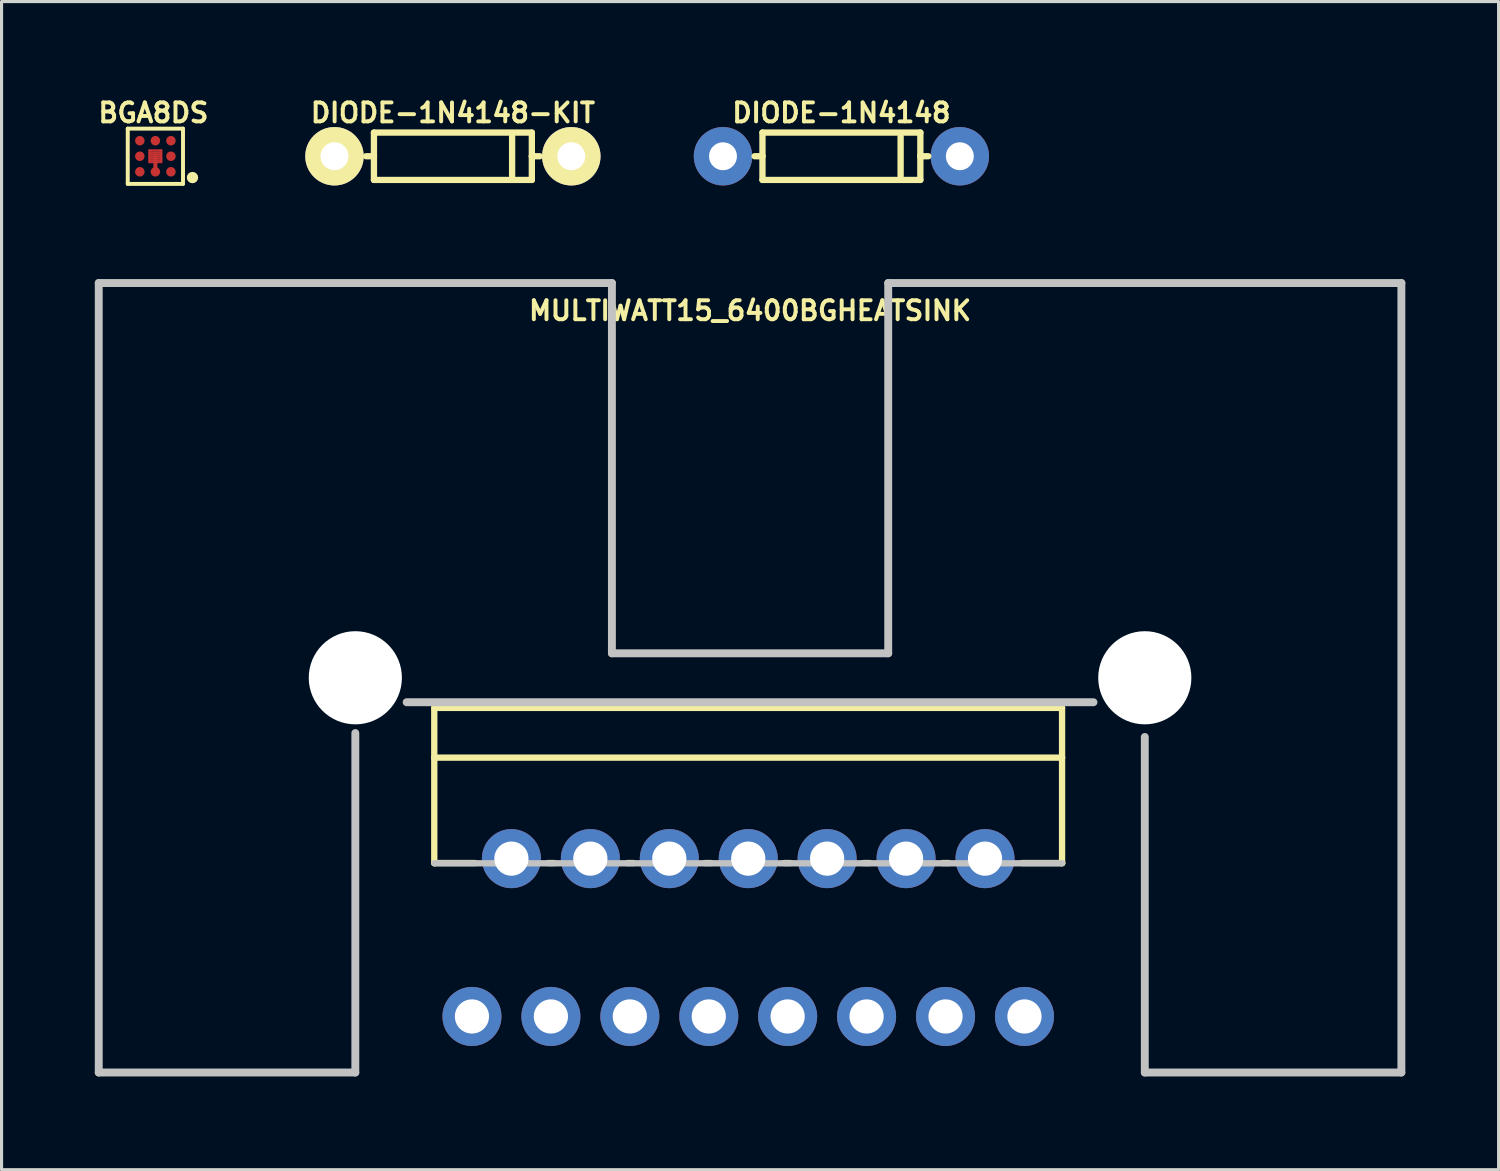
<source format=kicad_pcb>
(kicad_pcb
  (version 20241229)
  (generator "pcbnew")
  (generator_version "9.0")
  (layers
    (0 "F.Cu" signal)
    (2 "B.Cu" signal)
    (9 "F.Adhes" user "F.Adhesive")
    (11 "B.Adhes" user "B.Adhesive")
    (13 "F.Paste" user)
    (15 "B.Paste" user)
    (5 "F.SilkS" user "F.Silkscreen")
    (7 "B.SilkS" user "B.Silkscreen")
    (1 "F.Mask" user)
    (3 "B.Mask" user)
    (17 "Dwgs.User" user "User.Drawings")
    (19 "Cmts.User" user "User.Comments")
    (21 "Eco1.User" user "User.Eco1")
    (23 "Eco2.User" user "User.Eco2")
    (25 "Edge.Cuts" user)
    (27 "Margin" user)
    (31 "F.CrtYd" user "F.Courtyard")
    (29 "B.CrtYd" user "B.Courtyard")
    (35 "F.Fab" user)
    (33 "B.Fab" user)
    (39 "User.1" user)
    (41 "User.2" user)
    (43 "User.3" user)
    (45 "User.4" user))
  (footprint "DIODE-1N4148-KIT"
    (layer "F.Cu")
    (at 11.521 1.977)
    (property "Reference" "DIODE-1N4148-KIT" (at 0 -1.397 0) (layer "F.SilkS") (effects (font (size 0.61 0.61) (thickness 0.127))))
    (attr exclude_from_pos_files exclude_from_bom)
    (fp_line (start -2.54 -0.762) (end 2.54 -0.762) (stroke (width 0.203) (type solid)) (layer "F.SilkS"))
    (fp_line (start -2.54 0) (end -2.794 0) (stroke (width 0.203) (type solid)) (layer "F.SilkS"))
    (fp_line (start -2.54 0) (end -2.54 -0.762) (stroke (width 0.203) (type solid)) (layer "F.SilkS"))
    (fp_line (start -2.54 0.762) (end -2.54 0) (stroke (width 0.203) (type solid)) (layer "F.SilkS"))
    (fp_line (start 1.905 -0.635) (end 1.905 0.635) (stroke (width 0.203) (type solid)) (layer "F.SilkS"))
    (fp_line (start 2.54 -0.762) (end 2.54 0) (stroke (width 0.203) (type solid)) (layer "F.SilkS"))
    (fp_line (start 2.54 0) (end 2.54 0.762) (stroke (width 0.203) (type solid)) (layer "F.SilkS"))
    (fp_line (start 2.54 0) (end 2.794 0) (stroke (width 0.203) (type solid)) (layer "F.SilkS"))
    (fp_line (start 2.54 0.762) (end -2.54 0.762) (stroke (width 0.203) (type solid)) (layer "F.SilkS"))
    (fp_circle (center -3.81 0) (end -3.81 -0.94) (stroke (width 0) (type solid)) (fill yes) (layer "F.SilkS"))
    (fp_circle (center -3.81 0) (end -3.81 -0.457) (stroke (width 0) (type solid)) (fill yes) (layer "F.SilkS"))
    (fp_circle (center -3.81 0) (end -3.81 -0.457) (stroke (width 0) (type solid)) (fill yes) (layer "F.SilkS"))
    (fp_circle (center 3.81 0) (end 3.81 -0.94) (stroke (width 0) (type solid)) (fill yes) (layer "F.SilkS"))
    (fp_circle (center 3.81 0) (end 3.81 -0.457) (stroke (width 0) (type solid)) (fill yes) (layer "F.SilkS"))
    (pad "A" thru_hole circle (at -3.81 0) (size 1.88 1.88) (drill 0.899) (layers "*.Cu" "*.Mask"))
    (pad "C" thru_hole circle (at 3.81 0) (size 1.88 1.88) (drill 0.899) (layers "*.Cu" "*.Mask")))
  (footprint "BGA8DS"
    (layer "F.Cu")
    (at 1.949 1.977)
    (property "Reference" "BGA8DS" (at -0.064 -1.397 0) (layer "F.SilkS") (effects (font (size 0.61 0.61) (thickness 0.127))))
    (attr smd)
    (fp_line (start -0.191 -0.191) (end 0.191 -0.191) (stroke (width 0.066) (type solid)) (layer "F.Cu"))
    (fp_line (start -0.191 -0.127) (end 0.191 -0.127) (stroke (width 0.066) (type solid)) (layer "F.Cu"))
    (fp_line (start -0.191 -0.064) (end 0.191 -0.064) (stroke (width 0.066) (type solid)) (layer "F.Cu"))
    (fp_line (start -0.191 0) (end 0.191 0) (stroke (width 0.066) (type solid)) (layer "F.Cu"))
    (fp_line (start -0.191 0.064) (end 0.191 0.064) (stroke (width 0.066) (type solid)) (layer "F.Cu"))
    (fp_line (start -0.191 0.127) (end 0.191 0.127) (stroke (width 0.066) (type solid)) (layer "F.Cu"))
    (fp_line (start -0.191 0.191) (end -0.191 -0.191) (stroke (width 0.066) (type solid)) (layer "F.Cu"))
    (fp_line (start -0.191 0.191) (end 0.191 0.191) (stroke (width 0.066) (type solid)) (layer "F.Cu"))
    (fp_line (start 0 0) (end 0 0.5) (stroke (width 0.127) (type solid)) (layer "F.Cu"))
    (fp_line (start 0.191 0.191) (end 0.191 -0.191) (stroke (width 0.066) (type solid)) (layer "F.Cu"))
    (fp_line (start -0.889 -0.889) (end 0.889 -0.889) (stroke (width 0.127) (type solid)) (layer "F.SilkS"))
    (fp_line (start -0.889 0.889) (end -0.889 -0.889) (stroke (width 0.127) (type solid)) (layer "F.SilkS"))
    (fp_line (start 0.889 -0.889) (end 0.889 0.889) (stroke (width 0.127) (type solid)) (layer "F.SilkS"))
    (fp_line (start 0.889 0.889) (end -0.889 0.889) (stroke (width 0.127) (type solid)) (layer "F.SilkS"))
    (fp_circle (center 1.194 0.686) (end 1.194 0.592) (stroke (width 0.178) (type solid)) (fill no) (layer "F.SilkS"))
    (pad "A1" smd circle (at 0.5 0.5) (size 0.305 0.305) (layers "F.Cu" "F.Mask" "F.Paste"))
    (pad "A2" smd circle (at 0 0.5) (size 0.305 0.305) (layers "F.Cu" "F.Mask" "F.Paste"))
    (pad "A3" smd circle (at -0.5 0.5) (size 0.305 0.305) (layers "F.Cu" "F.Mask" "F.Paste"))
    (pad "B1" smd circle (at 0.5 0) (size 0.305 0.305) (layers "F.Cu" "F.Mask" "F.Paste"))
    (pad "B3" smd circle (at -0.5 0) (size 0.305 0.305) (layers "F.Cu" "F.Mask" "F.Paste"))
    (pad "C1" smd circle (at 0.5 -0.5) (size 0.305 0.305) (layers "F.Cu" "F.Mask" "F.Paste"))
    (pad "C2" smd circle (at 0 -0.5) (size 0.305 0.305) (layers "F.Cu" "F.Mask" "F.Paste"))
    (pad "C3" smd circle (at -0.5 -0.5) (size 0.305 0.305) (layers "F.Cu" "F.Mask" "F.Paste")))
  (footprint "MULTIWATT15_6400BGHEATSINK"
    (layer "F.Cu")
    (at 21.082 27.265)
    (property "Reference" "MULTIWATT15_6400BGHEATSINK" (at 0 -20.32 0) (layer "F.SilkS") (effects (font (size 0.61 0.61) (thickness 0.127))))
    (attr exclude_from_pos_files exclude_from_bom)
    (fp_line (start -10.16 -7.539) (end 10.038 -7.539) (stroke (width 0.203) (type solid)) (layer "F.SilkS"))
    (fp_line (start -10.16 -5.939) (end -10.16 -7.539) (stroke (width 0.203) (type solid)) (layer "F.SilkS"))
    (fp_line (start -10.16 -5.939) (end 10.038 -5.939) (stroke (width 0.203) (type solid)) (layer "F.SilkS"))
    (fp_line (start -10.16 -2.54) (end -10.16 -5.939) (stroke (width 0.203) (type solid)) (layer "F.SilkS"))
    (fp_line (start -10.15 -2.548) (end -8.849 -2.548) (stroke (width 0.203) (type solid)) (layer "F.SilkS"))
    (fp_line (start -6.5 -2.548) (end -6.299 -2.548) (stroke (width 0.203) (type solid)) (layer "F.SilkS"))
    (fp_line (start -3.95 -2.548) (end -3.749 -2.548) (stroke (width 0.203) (type solid)) (layer "F.SilkS"))
    (fp_line (start -1.448 -2.548) (end -1.25 -2.548) (stroke (width 0.203) (type solid)) (layer "F.SilkS"))
    (fp_line (start 1.1 -2.548) (end 1.298 -2.548) (stroke (width 0.203) (type solid)) (layer "F.SilkS"))
    (fp_line (start 3.65 -2.548) (end 3.848 -2.548) (stroke (width 0.203) (type solid)) (layer "F.SilkS"))
    (fp_line (start 6.198 -2.548) (end 6.398 -2.548) (stroke (width 0.203) (type solid)) (layer "F.SilkS"))
    (fp_line (start 10.038 -7.539) (end 10.038 -5.939) (stroke (width 0.203) (type solid)) (layer "F.SilkS"))
    (fp_line (start 10.038 -5.939) (end 10.038 -2.54) (stroke (width 0.203) (type solid)) (layer "F.SilkS"))
    (fp_line (start 10.048 -2.548) (end 8.748 -2.548) (stroke (width 0.203) (type solid)) (layer "F.SilkS"))
    (fp_line (start -20.955 -21.209) (end -4.445 -21.209) (stroke (width 0.254) (type solid)) (layer "Dwgs.User"))
    (fp_line (start -20.955 4.191) (end -20.955 -21.209) (stroke (width 0.254) (type solid)) (layer "Dwgs.User"))
    (fp_line (start -12.7 -6.731) (end -12.7 4.191) (stroke (width 0.254) (type solid)) (layer "Dwgs.User"))
    (fp_line (start -12.7 4.191) (end -20.955 4.191) (stroke (width 0.254) (type solid)) (layer "Dwgs.User"))
    (fp_line (start -11.049 -7.722) (end 11.049 -7.722) (stroke (width 0.254) (type solid)) (layer "Dwgs.User"))
    (fp_line (start -4.445 -21.209) (end -4.445 -9.296) (stroke (width 0.254) (type solid)) (layer "Dwgs.User"))
    (fp_line (start -4.445 -9.296) (end 4.445 -9.296) (stroke (width 0.254) (type solid)) (layer "Dwgs.User"))
    (fp_line (start 4.445 -21.209) (end 20.955 -21.209) (stroke (width 0.254) (type solid)) (layer "Dwgs.User"))
    (fp_line (start 4.445 -9.296) (end 4.445 -21.209) (stroke (width 0.254) (type solid)) (layer "Dwgs.User"))
    (fp_line (start 10.038 -2.54) (end -10.16 -2.54) (stroke (width 0.203) (type solid)) (layer "Dwgs.User"))
    (fp_line (start 12.7 -6.604) (end 12.7 4.191) (stroke (width 0.254) (type solid)) (layer "Dwgs.User"))
    (fp_line (start 12.7 4.191) (end 20.955 4.191) (stroke (width 0.254) (type solid)) (layer "Dwgs.User"))
    (fp_line (start 20.955 4.191) (end 20.955 -21.209) (stroke (width 0.254) (type solid)) (layer "Dwgs.User"))
    (pad "" np_thru_hole circle (at -12.7 -8.509) (size 2.997 2.997) (drill 2.997) (layers "*.Cu" "*.Mask"))
    (pad "" np_thru_hole circle (at 12.7 -8.509) (size 2.997 2.997) (drill 2.997) (layers "*.Cu" "*.Mask"))
    (pad "1" thru_hole circle (at -8.948 2.388) (size 1.9 1.9) (drill 1.1) (layers "*.Cu" "*.Mask"))
    (pad "2" thru_hole circle (at -7.678 -2.69) (size 1.9 1.9) (drill 1.1) (layers "*.Cu" "*.Mask"))
    (pad "3" thru_hole circle (at -6.408 2.388) (size 1.9 1.9) (drill 1.1) (layers "*.Cu" "*.Mask"))
    (pad "4" thru_hole circle (at -5.138 -2.69) (size 1.9 1.9) (drill 1.1) (layers "*.Cu" "*.Mask"))
    (pad "5" thru_hole circle (at -3.868 2.388) (size 1.9 1.9) (drill 1.1) (layers "*.Cu" "*.Mask"))
    (pad "6" thru_hole circle (at -2.598 -2.69) (size 1.9 1.9) (drill 1.1) (layers "*.Cu" "*.Mask"))
    (pad "7" thru_hole circle (at -1.328 2.388) (size 1.9 1.9) (drill 1.1) (layers "*.Cu" "*.Mask"))
    (pad "8" thru_hole circle (at -0.058 -2.69) (size 1.9 1.9) (drill 1.1) (layers "*.Cu" "*.Mask"))
    (pad "9" thru_hole circle (at 1.209 2.388) (size 1.9 1.9) (drill 1.1) (layers "*.Cu" "*.Mask"))
    (pad "10" thru_hole circle (at 2.479 -2.69) (size 1.9 1.9) (drill 1.1) (layers "*.Cu" "*.Mask"))
    (pad "11" thru_hole circle (at 3.749 2.388) (size 1.9 1.9) (drill 1.1) (layers "*.Cu" "*.Mask"))
    (pad "12" thru_hole circle (at 5.019 -2.69) (size 1.9 1.9) (drill 1.1) (layers "*.Cu" "*.Mask"))
    (pad "13" thru_hole circle (at 6.289 2.388) (size 1.9 1.9) (drill 1.1) (layers "*.Cu" "*.Mask"))
    (pad "14" thru_hole circle (at 7.559 -2.69) (size 1.9 1.9) (drill 1.1) (layers "*.Cu" "*.Mask"))
    (pad "15" thru_hole circle (at 8.829 2.388) (size 1.9 1.9) (drill 1.1) (layers "*.Cu" "*.Mask")))
  (footprint "DIODE-1N4148"
    (layer "F.Cu")
    (at 24.021 1.977)
    (property "Reference" "DIODE-1N4148" (at 0 -1.397 0) (layer "F.SilkS") (effects (font (size 0.61 0.61) (thickness 0.127))))
    (attr exclude_from_pos_files exclude_from_bom)
    (fp_line (start -2.54 -0.762) (end 2.54 -0.762) (stroke (width 0.203) (type solid)) (layer "F.SilkS"))
    (fp_line (start -2.54 0) (end -2.794 0) (stroke (width 0.203) (type solid)) (layer "F.SilkS"))
    (fp_line (start -2.54 0) (end -2.54 -0.762) (stroke (width 0.203) (type solid)) (layer "F.SilkS"))
    (fp_line (start -2.54 0.762) (end -2.54 0) (stroke (width 0.203) (type solid)) (layer "F.SilkS"))
    (fp_line (start 1.905 -0.635) (end 1.905 0.635) (stroke (width 0.203) (type solid)) (layer "F.SilkS"))
    (fp_line (start 2.54 -0.762) (end 2.54 0) (stroke (width 0.203) (type solid)) (layer "F.SilkS"))
    (fp_line (start 2.54 0) (end 2.54 0.762) (stroke (width 0.203) (type solid)) (layer "F.SilkS"))
    (fp_line (start 2.54 0) (end 2.794 0) (stroke (width 0.203) (type solid)) (layer "F.SilkS"))
    (fp_line (start 2.54 0.762) (end -2.54 0.762) (stroke (width 0.203) (type solid)) (layer "F.SilkS"))
    (pad "A" thru_hole circle (at -3.81 0) (size 1.88 1.88) (drill 0.899) (layers "*.Cu" "*.Mask"))
    (pad "C" thru_hole circle (at 3.81 0) (size 1.88 1.88) (drill 0.899) (layers "*.Cu" "*.Mask")))
  (gr_rect
    (start -3 -3)
    (end 45.164 34.583)
    (stroke (width 0.1) (type default))
    (fill no)
    (layer "Edge.Cuts")))
</source>
